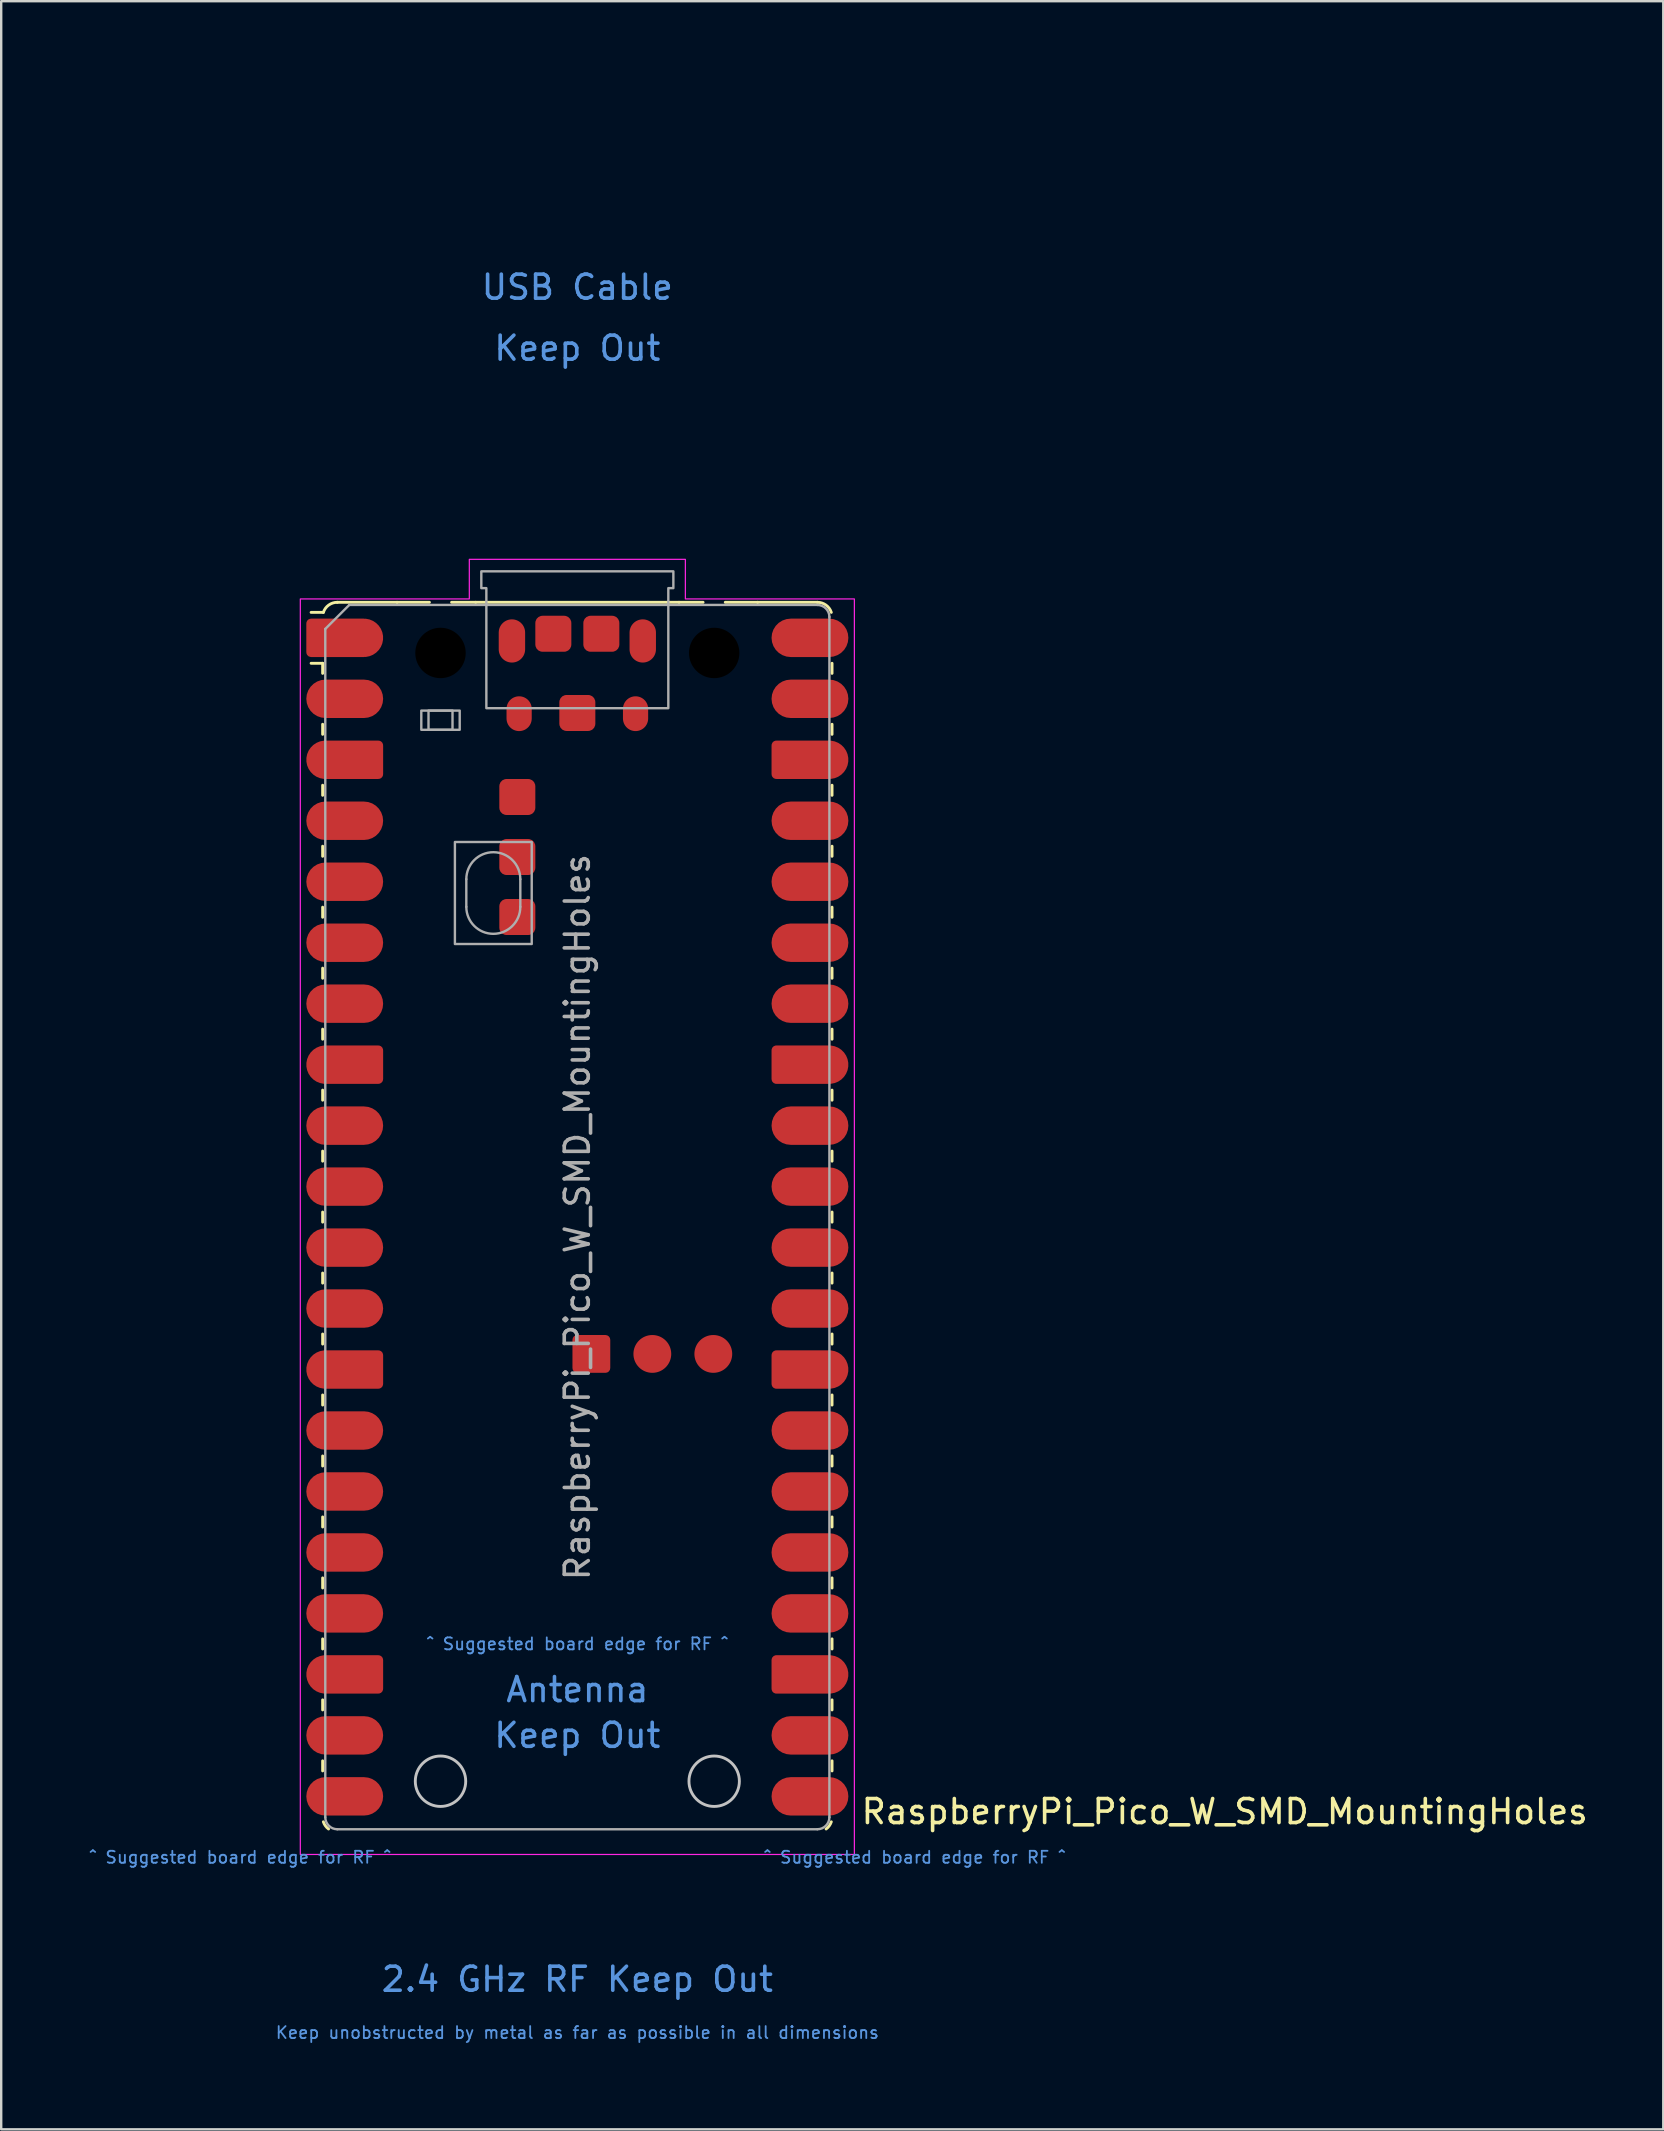
<source format=kicad_pcb>
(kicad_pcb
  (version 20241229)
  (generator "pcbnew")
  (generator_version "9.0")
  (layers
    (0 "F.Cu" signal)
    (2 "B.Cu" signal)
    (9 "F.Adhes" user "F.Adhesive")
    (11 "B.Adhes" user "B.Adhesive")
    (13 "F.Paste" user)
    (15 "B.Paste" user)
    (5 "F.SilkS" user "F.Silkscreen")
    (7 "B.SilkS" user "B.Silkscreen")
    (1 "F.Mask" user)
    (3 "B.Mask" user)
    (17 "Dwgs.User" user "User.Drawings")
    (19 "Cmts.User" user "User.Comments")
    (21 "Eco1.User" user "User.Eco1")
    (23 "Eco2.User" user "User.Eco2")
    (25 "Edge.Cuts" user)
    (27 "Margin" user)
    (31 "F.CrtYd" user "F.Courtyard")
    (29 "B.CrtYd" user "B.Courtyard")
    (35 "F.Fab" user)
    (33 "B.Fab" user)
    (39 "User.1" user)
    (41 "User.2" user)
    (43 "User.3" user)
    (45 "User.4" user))
  (footprint "RaspberryPi_Pico_W_SMD_MountingHoles"
    (layer "F.Cu")
    (at 21 47.65)
    (property "Reference" "RaspberryPi_Pico_W_SMD_MountingHoles" (at 11.748 24.765 0) (unlocked yes) (layer "F.SilkS") (effects (font (size 1 1) (thickness 0.15)) (justify left)))
    (attr smd)
    (fp_line (start -10.61 -23.07) (end -11.09 -23.07) (stroke (width 0.12) (type solid)) (layer "F.SilkS"))
    (fp_line (start -10.61 -23.07) (end -10.61 -22.65) (stroke (width 0.12) (type solid)) (layer "F.SilkS"))
    (fp_line (start -10.61 -20.53) (end -10.61 -20.11) (stroke (width 0.12) (type solid)) (layer "F.SilkS"))
    (fp_line (start -10.61 -17.99) (end -10.61 -17.57) (stroke (width 0.12) (type solid)) (layer "F.SilkS"))
    (fp_line (start -10.61 -15.45) (end -10.61 -15.03) (stroke (width 0.12) (type solid)) (layer "F.SilkS"))
    (fp_line (start -10.61 -12.91) (end -10.61 -12.49) (stroke (width 0.12) (type solid)) (layer "F.SilkS"))
    (fp_line (start -10.61 -10.37) (end -10.61 -9.95) (stroke (width 0.12) (type solid)) (layer "F.SilkS"))
    (fp_line (start -10.61 -7.83) (end -10.61 -7.41) (stroke (width 0.12) (type solid)) (layer "F.SilkS"))
    (fp_line (start -10.61 -5.29) (end -10.61 -4.87) (stroke (width 0.12) (type solid)) (layer "F.SilkS"))
    (fp_line (start -10.61 -2.75) (end -10.61 -2.33) (stroke (width 0.12) (type solid)) (layer "F.SilkS"))
    (fp_line (start -10.61 -0.21) (end -10.61 0.21) (stroke (width 0.12) (type solid)) (layer "F.SilkS"))
    (fp_line (start -10.61 2.33) (end -10.61 2.75) (stroke (width 0.12) (type solid)) (layer "F.SilkS"))
    (fp_line (start -10.61 4.87) (end -10.61 5.29) (stroke (width 0.12) (type solid)) (layer "F.SilkS"))
    (fp_line (start -10.61 7.41) (end -10.61 7.83) (stroke (width 0.12) (type solid)) (layer "F.SilkS"))
    (fp_line (start -10.61 9.95) (end -10.61 10.37) (stroke (width 0.12) (type solid)) (layer "F.SilkS"))
    (fp_line (start -10.61 12.49) (end -10.61 12.91) (stroke (width 0.12) (type solid)) (layer "F.SilkS"))
    (fp_line (start -10.61 15.03) (end -10.61 15.45) (stroke (width 0.12) (type solid)) (layer "F.SilkS"))
    (fp_line (start -10.61 17.57) (end -10.61 17.99) (stroke (width 0.12) (type solid)) (layer "F.SilkS"))
    (fp_line (start -10.61 20.11) (end -10.61 20.53) (stroke (width 0.12) (type solid)) (layer "F.SilkS"))
    (fp_line (start -10.61 22.65) (end -10.61 23.07) (stroke (width 0.12) (type solid)) (layer "F.SilkS"))
    (fp_line (start -10.58 -25.19) (end -11.09 -25.19) (stroke (width 0.12) (type solid)) (layer "F.SilkS"))
    (fp_line (start -10 -25.61) (end -7.51 -25.61) (stroke (width 0.12) (type solid)) (layer "F.SilkS"))
    (fp_line (start -7.51 -25.61) (end -6.162 -25.61) (stroke (width 0.12) (type solid)) (layer "F.SilkS"))
    (fp_line (start -5.238 -25.61) (end -4.235 -25.61) (stroke (width 0.12) (type solid)) (layer "F.SilkS"))
    (fp_line (start -4.235 -25.61) (end 4.235 -25.61) (stroke (width 0.12) (type solid)) (layer "F.SilkS"))
    (fp_line (start 4.235 -25.61) (end 5.238 -25.61) (stroke (width 0.12) (type solid)) (layer "F.SilkS"))
    (fp_line (start 6.162 -25.61) (end 7.51 -25.61) (stroke (width 0.12) (type solid)) (layer "F.SilkS"))
    (fp_line (start 10 -25.61) (end 7.51 -25.61) (stroke (width 0.12) (type solid)) (layer "F.SilkS"))
    (fp_line (start 10.61 -23.07) (end 10.61 -22.65) (stroke (width 0.12) (type solid)) (layer "F.SilkS"))
    (fp_line (start 10.61 -20.53) (end 10.61 -20.11) (stroke (width 0.12) (type solid)) (layer "F.SilkS"))
    (fp_line (start 10.61 -17.99) (end 10.61 -17.57) (stroke (width 0.12) (type solid)) (layer "F.SilkS"))
    (fp_line (start 10.61 -15.45) (end 10.61 -15.03) (stroke (width 0.12) (type solid)) (layer "F.SilkS"))
    (fp_line (start 10.61 -12.91) (end 10.61 -12.49) (stroke (width 0.12) (type solid)) (layer "F.SilkS"))
    (fp_line (start 10.61 -10.37) (end 10.61 -9.95) (stroke (width 0.12) (type solid)) (layer "F.SilkS"))
    (fp_line (start 10.61 -7.83) (end 10.61 -7.41) (stroke (width 0.12) (type solid)) (layer "F.SilkS"))
    (fp_line (start 10.61 -5.29) (end 10.61 -4.87) (stroke (width 0.12) (type solid)) (layer "F.SilkS"))
    (fp_line (start 10.61 -2.75) (end 10.61 -2.33) (stroke (width 0.12) (type solid)) (layer "F.SilkS"))
    (fp_line (start 10.61 -0.21) (end 10.61 0.21) (stroke (width 0.12) (type solid)) (layer "F.SilkS"))
    (fp_line (start 10.61 2.33) (end 10.61 2.75) (stroke (width 0.12) (type solid)) (layer "F.SilkS"))
    (fp_line (start 10.61 4.87) (end 10.61 5.29) (stroke (width 0.12) (type solid)) (layer "F.SilkS"))
    (fp_line (start 10.61 7.41) (end 10.61 7.83) (stroke (width 0.12) (type solid)) (layer "F.SilkS"))
    (fp_line (start 10.61 9.95) (end 10.61 10.37) (stroke (width 0.12) (type solid)) (layer "F.SilkS"))
    (fp_line (start 10.61 12.49) (end 10.61 12.91) (stroke (width 0.12) (type solid)) (layer "F.SilkS"))
    (fp_line (start 10.61 15.03) (end 10.61 15.45) (stroke (width 0.12) (type solid)) (layer "F.SilkS"))
    (fp_line (start 10.61 17.57) (end 10.61 17.99) (stroke (width 0.12) (type solid)) (layer "F.SilkS"))
    (fp_line (start 10.61 20.11) (end 10.61 20.53) (stroke (width 0.12) (type solid)) (layer "F.SilkS"))
    (fp_line (start 10.61 22.65) (end 10.61 23.07) (stroke (width 0.12) (type solid)) (layer "F.SilkS"))
    (fp_arc (start -10.579676 -25.19) (mid -10.357938 -25.493944) (end -10 -25.61) (stroke (width 0.12) (type solid)) (layer "F.SilkS"))
    (fp_arc (start -10.363318 25.49) (mid -10.494791 25.356765) (end -10.579676 25.189937) (stroke (width 0.12) (type solid)) (layer "F.SilkS"))
    (fp_arc (start 10 -25.61) (mid 10.357937 -25.493944) (end 10.579676 -25.189937) (stroke (width 0.12) (type solid)) (layer "F.SilkS"))
    (fp_arc (start 10.579676 25.189937) (mid 10.494813 25.35678) (end 10.363318 25.49) (stroke (width 0.12) (type solid)) (layer "F.SilkS"))
    (fp_circle (center -5.7 23.5) (end -4.65 23.5) (stroke (width 0.12) (type solid)) (fill no) (layer "Dwgs.User"))
    (fp_circle (center 5.7 23.5) (end 6.75 23.5) (stroke (width 0.12) (type solid)) (fill no) (layer "Dwgs.User"))
    (fp_poly (pts (xy -4.5 -27.4) (xy 4.5 -27.4) (xy 4.5 -25.75) (xy 11.54 -25.75) (xy 11.54 26.55) (xy -11.54 26.55) (xy -11.54 -25.75) (xy -4.5 -25.75)) (stroke (width 0.05) (type solid)) (fill no) (layer "F.CrtYd"))
    (fp_line (start -10.5 -24.5) (end -9.5 -25.5) (stroke (width 0.1) (type solid)) (layer "F.Fab"))
    (fp_line (start -10.5 25) (end -10.5 -24.5) (stroke (width 0.1) (type solid)) (layer "F.Fab"))
    (fp_line (start -9.5 -25.5) (end 10 -25.5) (stroke (width 0.1) (type solid)) (layer "F.Fab"))
    (fp_line (start -4.625 -14.075) (end -4.625 -12.925) (stroke (width 0.1) (type solid)) (layer "F.Fab"))
    (fp_line (start -2.375 -14.075) (end -2.375 -12.925) (stroke (width 0.1) (type solid)) (layer "F.Fab"))
    (fp_line (start 10 25.5) (end -10 25.5) (stroke (width 0.1) (type solid)) (layer "F.Fab"))
    (fp_line (start 10.5 -25) (end 10.5 25) (stroke (width 0.1) (type solid)) (layer "F.Fab"))
    (fp_rect (start -6.5 -21.1) (end -4.9 -20.3) (stroke (width 0.1) (type solid)) (fill no) (layer "F.Fab"))
    (fp_rect (start -6.2 -21.1) (end -5.2 -20.3) (stroke (width 0.1) (type solid)) (fill no) (layer "F.Fab"))
    (fp_rect (start -5.1 -15.625) (end -1.9 -11.375) (stroke (width 0.1) (type solid)) (fill no) (layer "F.Fab"))
    (fp_arc (start -10 25.5) (mid -10.353553 25.353553) (end -10.5 25) (stroke (width 0.1) (type solid)) (layer "F.Fab"))
    (fp_arc (start -4.625 -14.075) (mid -3.5 -15.2) (end -2.375 -14.075) (stroke (width 0.1) (type solid)) (layer "F.Fab"))
    (fp_arc (start -2.375 -12.925) (mid -3.5 -11.8) (end -4.625 -12.925) (stroke (width 0.1) (type solid)) (layer "F.Fab"))
    (fp_arc (start 10 -25.5) (mid 10.353553 -25.353553) (end 10.5 -25) (stroke (width 0.1) (type solid)) (layer "F.Fab"))
    (fp_arc (start 10.5 25) (mid 10.353553 25.353553) (end 10 25.5) (stroke (width 0.1) (type solid)) (layer "F.Fab"))
    (fp_poly (pts (xy 3.79 -21.2) (xy 3.79 -26.2) (xy 4 -26.2) (xy 4 -26.9) (xy -4 -26.9) (xy -4 -26.2) (xy -3.79 -26.2) (xy -3.79 -21.2)) (stroke (width 0.1) (type solid)) (fill no) (layer "F.Fab"))
    (fp_text user "^ Suggested board edge for RF ^" (at 14.05 26.67 0) (unlocked yes) (layer "Cmts.User") (effects (font (size 0.5 0.5) (thickness 0.075))))
    (fp_text user "Keep Out" (at 0 21.59 0) (unlocked yes) (layer "Cmts.User") (effects (font (size 1 1) (thickness 0.15))))
    (fp_text user "USB Cable" (at 0 -38.735 0) (unlocked yes) (layer "Cmts.User") (effects (font (size 1 1) (thickness 0.15))))
    (fp_text user "Antenna" (at 0 19.685 0) (unlocked yes) (layer "Cmts.User") (effects (font (size 1 1) (thickness 0.15))))
    (fp_text user "^ Suggested board edge for RF ^" (at -14.05 26.67 0) (unlocked yes) (layer "Cmts.User") (effects (font (size 0.5 0.5) (thickness 0.075))))
    (fp_text user "Keep unobstructed by metal as far as possible in all dimensions" (at 0 33.972 0) (unlocked yes) (layer "Cmts.User") (effects (font (size 0.5 0.5) (thickness 0.075))))
    (fp_text user "Keep Out" (at 0 -36.195 0) (unlocked yes) (layer "Cmts.User") (effects (font (size 1 1) (thickness 0.15))))
    (fp_text user "^ Suggested board edge for RF ^" (at 0 17.78 0) (unlocked yes) (layer "Cmts.User") (effects (font (size 0.5 0.5) (thickness 0.075))))
    (fp_text user "2.4 GHz RF Keep Out" (at 0 31.75 0) (unlocked yes) (layer "Cmts.User") (effects (font (size 1 1) (thickness 0.15))))
    (fp_text user "${REFERENCE}" (at 0 0 90) (layer "F.Fab") (effects (font (size 1 1) (thickness 0.15))))
    (pad "" np_thru_hole circle (at -5.7 -23.5) (size 3.8 3.8) (drill 2.1) (layers "*.Mask"))
    (pad "" smd oval (at -2.725 -24) (size 1.1 1.8) (layers "F.Cu" "F.Mask" "F.Paste"))
    (pad "" smd oval (at -2.425 -20.97) (size 1.05 1.45) (layers "F.Cu" "F.Mask" "F.Paste"))
    (pad "" smd oval (at 2.425 -20.97) (size 1.05 1.45) (layers "F.Cu" "F.Mask" "F.Paste"))
    (pad "" smd oval (at 2.725 -24) (size 1.1 1.8) (layers "F.Cu" "F.Mask" "F.Paste"))
    (pad "" np_thru_hole circle (at 5.7 -23.5) (size 3.8 3.8) (drill 2.1) (layers "*.Mask"))
    (pad "1" smd custom (at -8.89 -24.13) (size 1.6 1.6) (layers "F.Cu" "F.Mask" "F.Paste") (options (anchor circle)) (primitives (gr_poly (pts (xy -2.4 0.6) (xy -2.4 -0.6) (xy -2.2 -0.8) (xy 0 -0.8) (xy 0 0.8) (xy -2.2 0.8)) (width 0) (fill yes)) (gr_circle (center -2.2 0.6) (end -2 0.6) (width 0) (fill yes)) (gr_circle (center -2.2 -0.6) (end -2 -0.6) (width 0) (fill yes))))
    (pad "2" smd roundrect (at -8.89 -21.59) (size 3.2 1.6) (drill (offset -0.8 0)) (layers "F.Cu" "F.Mask" "F.Paste") (roundrect_rratio 0.5))
    (pad "3" smd custom (at -8.89 -19.05) (size 1.6 1.6) (layers "F.Cu" "F.Mask" "F.Paste") (options (anchor circle)) (primitives (gr_poly (pts (xy 0.8 -0.6) (xy 0.8 0.6) (xy 0.6 0.8) (xy -1.6 0.8) (xy -1.6 -0.8) (xy 0.6 -0.8)) (width 0) (fill yes)) (gr_circle (center 0.6 0.6) (end 0.8 0.6) (width 0) (fill yes)) (gr_circle (center 0.6 -0.6) (end 0.8 -0.6) (width 0) (fill yes)) (gr_circle (center -1.6 0) (end -0.8 0) (width 0) (fill yes))))
    (pad "4" smd roundrect (at -8.89 -16.51) (size 3.2 1.6) (drill (offset -0.8 0)) (layers "F.Cu" "F.Mask" "F.Paste") (roundrect_rratio 0.5))
    (pad "5" smd roundrect (at -8.89 -13.97) (size 3.2 1.6) (drill (offset -0.8 0)) (layers "F.Cu" "F.Mask" "F.Paste") (roundrect_rratio 0.5))
    (pad "6" smd roundrect (at -8.89 -11.43) (size 3.2 1.6) (drill (offset -0.8 0)) (layers "F.Cu" "F.Mask" "F.Paste") (roundrect_rratio 0.5))
    (pad "7" smd roundrect (at -8.89 -8.89) (size 3.2 1.6) (drill (offset -0.8 0)) (layers "F.Cu" "F.Mask" "F.Paste") (roundrect_rratio 0.5))
    (pad "8" smd custom (at -8.89 -6.35) (size 1.6 1.6) (layers "F.Cu" "F.Mask" "F.Paste") (options (anchor circle)) (primitives (gr_poly (pts (xy 0.8 -0.6) (xy 0.8 0.6) (xy 0.6 0.8) (xy -1.6 0.8) (xy -1.6 -0.8) (xy 0.6 -0.8)) (width 0) (fill yes)) (gr_circle (center 0.6 0.6) (end 0.8 0.6) (width 0) (fill yes)) (gr_circle (center 0.6 -0.6) (end 0.8 -0.6) (width 0) (fill yes)) (gr_circle (center -1.6 0) (end -0.8 0) (width 0) (fill yes))))
    (pad "9" smd roundrect (at -8.89 -3.81) (size 3.2 1.6) (drill (offset -0.8 0)) (layers "F.Cu" "F.Mask" "F.Paste") (roundrect_rratio 0.5))
    (pad "10" smd roundrect (at -8.89 -1.27) (size 3.2 1.6) (drill (offset -0.8 0)) (layers "F.Cu" "F.Mask" "F.Paste") (roundrect_rratio 0.5))
    (pad "11" smd roundrect (at -8.89 1.27) (size 3.2 1.6) (drill (offset -0.8 0)) (layers "F.Cu" "F.Mask" "F.Paste") (roundrect_rratio 0.5))
    (pad "12" smd roundrect (at -8.89 3.81) (size 3.2 1.6) (drill (offset -0.8 0)) (layers "F.Cu" "F.Mask" "F.Paste") (roundrect_rratio 0.5))
    (pad "13" smd custom (at -8.89 6.35) (size 1.6 1.6) (layers "F.Cu" "F.Mask" "F.Paste") (options (anchor circle)) (primitives (gr_poly (pts (xy 0.8 -0.6) (xy 0.8 0.6) (xy 0.6 0.8) (xy -1.6 0.8) (xy -1.6 -0.8) (xy 0.6 -0.8)) (width 0) (fill yes)) (gr_circle (center 0.6 0.6) (end 0.8 0.6) (width 0) (fill yes)) (gr_circle (center 0.6 -0.6) (end 0.8 -0.6) (width 0) (fill yes)) (gr_circle (center -1.6 0) (end -0.8 0) (width 0) (fill yes))))
    (pad "14" smd roundrect (at -8.89 8.89) (size 3.2 1.6) (drill (offset -0.8 0)) (layers "F.Cu" "F.Mask" "F.Paste") (roundrect_rratio 0.5))
    (pad "15" smd roundrect (at -8.89 11.43) (size 3.2 1.6) (drill (offset -0.8 0)) (layers "F.Cu" "F.Mask" "F.Paste") (roundrect_rratio 0.5))
    (pad "16" smd roundrect (at -8.89 13.97) (size 3.2 1.6) (drill (offset -0.8 0)) (layers "F.Cu" "F.Mask" "F.Paste") (roundrect_rratio 0.5))
    (pad "17" smd roundrect (at -8.89 16.51) (size 3.2 1.6) (drill (offset -0.8 0)) (layers "F.Cu" "F.Mask" "F.Paste") (roundrect_rratio 0.5))
    (pad "18" smd custom (at -8.89 19.05) (size 1.6 1.6) (layers "F.Cu" "F.Mask" "F.Paste") (options (anchor circle)) (primitives (gr_poly (pts (xy 0.8 -0.6) (xy 0.8 0.6) (xy 0.6 0.8) (xy -1.6 0.8) (xy -1.6 -0.8) (xy 0.6 -0.8)) (width 0) (fill yes)) (gr_circle (center 0.6 0.6) (end 0.8 0.6) (width 0) (fill yes)) (gr_circle (center 0.6 -0.6) (end 0.8 -0.6) (width 0) (fill yes)) (gr_circle (center -1.6 0) (end -0.8 0) (width 0) (fill yes))))
    (pad "19" smd roundrect (at -8.89 21.59) (size 3.2 1.6) (drill (offset -0.8 0)) (layers "F.Cu" "F.Mask" "F.Paste") (roundrect_rratio 0.5))
    (pad "20" smd roundrect (at -8.89 24.13) (size 3.2 1.6) (drill (offset -0.8 0)) (layers "F.Cu" "F.Mask" "F.Paste") (roundrect_rratio 0.5))
    (pad "21" smd roundrect (at 8.89 24.13) (size 3.2 1.6) (drill (offset 0.8 0)) (layers "F.Cu" "F.Mask" "F.Paste") (roundrect_rratio 0.5))
    (pad "22" smd roundrect (at 8.89 21.59) (size 3.2 1.6) (drill (offset 0.8 0)) (layers "F.Cu" "F.Mask" "F.Paste") (roundrect_rratio 0.5))
    (pad "23" smd custom (at 8.89 19.05) (size 1.6 1.6) (layers "F.Cu" "F.Mask" "F.Paste") (options (anchor circle)) (primitives (gr_poly (pts (xy -0.8 -0.6) (xy -0.8 0.6) (xy -0.6 0.8) (xy 1.6 0.8) (xy 1.6 -0.8) (xy -0.6 -0.8)) (width 0) (fill yes)) (gr_circle (center -0.6 0.6) (end -0.4 0.6) (width 0) (fill yes)) (gr_circle (center -0.6 -0.6) (end -0.4 -0.6) (width 0) (fill yes)) (gr_circle (center 1.6 0) (end 2.4 0) (width 0) (fill yes))))
    (pad "24" smd roundrect (at 8.89 16.51) (size 3.2 1.6) (drill (offset 0.8 0)) (layers "F.Cu" "F.Mask" "F.Paste") (roundrect_rratio 0.5))
    (pad "25" smd roundrect (at 8.89 13.97) (size 3.2 1.6) (drill (offset 0.8 0)) (layers "F.Cu" "F.Mask" "F.Paste") (roundrect_rratio 0.5))
    (pad "26" smd roundrect (at 8.89 11.43) (size 3.2 1.6) (drill (offset 0.8 0)) (layers "F.Cu" "F.Mask" "F.Paste") (roundrect_rratio 0.5))
    (pad "27" smd roundrect (at 8.89 8.89) (size 3.2 1.6) (drill (offset 0.8 0)) (layers "F.Cu" "F.Mask" "F.Paste") (roundrect_rratio 0.5))
    (pad "28" smd custom (at 8.89 6.35) (size 1.6 1.6) (layers "F.Cu" "F.Mask" "F.Paste") (options (anchor circle)) (primitives (gr_poly (pts (xy -0.8 -0.6) (xy -0.8 0.6) (xy -0.6 0.8) (xy 1.6 0.8) (xy 1.6 -0.8) (xy -0.6 -0.8)) (width 0) (fill yes)) (gr_circle (center -0.6 0.6) (end -0.4 0.6) (width 0) (fill yes)) (gr_circle (center -0.6 -0.6) (end -0.4 -0.6) (width 0) (fill yes)) (gr_circle (center 1.6 0) (end 2.4 0) (width 0) (fill yes))))
    (pad "29" smd roundrect (at 8.89 3.81) (size 3.2 1.6) (drill (offset 0.8 0)) (layers "F.Cu" "F.Mask" "F.Paste") (roundrect_rratio 0.5))
    (pad "30" smd roundrect (at 8.89 1.27) (size 3.2 1.6) (drill (offset 0.8 0)) (layers "F.Cu" "F.Mask" "F.Paste") (roundrect_rratio 0.5))
    (pad "31" smd roundrect (at 8.89 -1.27) (size 3.2 1.6) (drill (offset 0.8 0)) (layers "F.Cu" "F.Mask" "F.Paste") (roundrect_rratio 0.5))
    (pad "32" smd roundrect (at 8.89 -3.81) (size 3.2 1.6) (drill (offset 0.8 0)) (layers "F.Cu" "F.Mask" "F.Paste") (roundrect_rratio 0.5))
    (pad "33" smd custom (at 8.89 -6.35) (size 1.6 1.6) (layers "F.Cu" "F.Mask" "F.Paste") (options (anchor circle)) (primitives (gr_poly (pts (xy -0.8 -0.6) (xy -0.8 0.6) (xy -0.6 0.8) (xy 1.6 0.8) (xy 1.6 -0.8) (xy -0.6 -0.8)) (width 0) (fill yes)) (gr_circle (center -0.6 0.6) (end -0.4 0.6) (width 0) (fill yes)) (gr_circle (center -0.6 -0.6) (end -0.4 -0.6) (width 0) (fill yes)) (gr_circle (center 1.6 0) (end 2.4 0) (width 0) (fill yes))))
    (pad "34" smd roundrect (at 8.89 -8.89) (size 3.2 1.6) (drill (offset 0.8 0)) (layers "F.Cu" "F.Mask" "F.Paste") (roundrect_rratio 0.5))
    (pad "35" smd roundrect (at 8.89 -11.43) (size 3.2 1.6) (drill (offset 0.8 0)) (layers "F.Cu" "F.Mask" "F.Paste") (roundrect_rratio 0.5))
    (pad "36" smd roundrect (at 8.89 -13.97) (size 3.2 1.6) (drill (offset 0.8 0)) (layers "F.Cu" "F.Mask" "F.Paste") (roundrect_rratio 0.5))
    (pad "37" smd roundrect (at 8.89 -16.51) (size 3.2 1.6) (drill (offset 0.8 0)) (layers "F.Cu" "F.Mask" "F.Paste") (roundrect_rratio 0.5))
    (pad "38" smd custom (at 8.89 -19.05) (size 1.6 1.6) (layers "F.Cu" "F.Mask" "F.Paste") (options (anchor circle)) (primitives (gr_poly (pts (xy -0.8 -0.6) (xy -0.8 0.6) (xy -0.6 0.8) (xy 1.6 0.8) (xy 1.6 -0.8) (xy -0.6 -0.8)) (width 0) (fill yes)) (gr_circle (center -0.6 0.6) (end -0.4 0.6) (width 0) (fill yes)) (gr_circle (center -0.6 -0.6) (end -0.4 -0.6) (width 0) (fill yes)) (gr_circle (center 1.6 0) (end 2.4 0) (width 0) (fill yes))))
    (pad "39" smd roundrect (at 8.89 -21.59) (size 3.2 1.6) (drill (offset 0.8 0)) (layers "F.Cu" "F.Mask" "F.Paste") (roundrect_rratio 0.5))
    (pad "40" smd roundrect (at 8.89 -24.13) (size 3.2 1.6) (drill (offset 0.8 0)) (layers "F.Cu" "F.Mask" "F.Paste") (roundrect_rratio 0.5))
    (pad "D1" smd roundrect (at 0.584 5.7) (size 1.575 1.575) (layers "F.Cu" "F.Mask" "F.Paste") (roundrect_rratio 0.127))
    (pad "D2" smd circle (at 3.124 5.7) (size 1.575 1.575) (layers "F.Cu" "F.Mask" "F.Paste"))
    (pad "D3" smd circle (at 5.664 5.7) (size 1.575 1.575) (layers "F.Cu" "F.Mask" "F.Paste"))
    (pad "TP1" smd roundrect (at 0 -21) (size 1.5 1.5) (layers "F.Cu" "F.Mask" "F.Paste") (roundrect_rratio 0.2))
    (pad "TP2" smd roundrect (at 1 -24.3) (size 1.5 1.5) (layers "F.Cu" "F.Mask" "F.Paste") (roundrect_rratio 0.2))
    (pad "TP3" smd roundrect (at -1 -24.3) (size 1.5 1.5) (layers "F.Cu" "F.Mask" "F.Paste") (roundrect_rratio 0.2))
    (pad "TP4" smd roundrect (at -2.5 -17.5) (size 1.5 1.5) (layers "F.Cu" "F.Mask" "F.Paste") (roundrect_rratio 0.2))
    (pad "TP5" smd roundrect (at -2.5 -15) (size 1.5 1.5) (layers "F.Cu" "F.Mask" "F.Paste") (roundrect_rratio 0.2))
    (pad "TP6" smd roundrect (at -2.5 -12.5) (size 1.5 1.5) (layers "F.Cu" "F.Mask" "F.Paste") (roundrect_rratio 0.2))
    (zone (net_name "") (layers "F.Cu" "B.Cu" "F.Paste" "B.Paste") (name "RF Copper Keep Out") (hatch full 0.5) (connect_pads) (min_thickness 0.254) (filled_areas_thickness no) (keepout (tracks not_allowed) (vias not_allowed) (pads not_allowed) (copperpour not_allowed) (footprints not_allowed)) (placement (enabled no)) (fill) (polygon (pts (xy 0 72.65) (xy 42 72.65) (xy 42 82.65) (xy 0 82.65))))
    (zone (net_name "") (layers "F.Cu" "B.Cu" "F.Paste" "B.Paste") (name "Antenna Copper Keep Out") (hatch full 0.5) (connect_pads) (min_thickness 0.254) (filled_areas_thickness no) (keepout (tracks not_allowed) (vias not_allowed) (pads not_allowed) (copperpour not_allowed) (footprints not_allowed)) (placement (enabled no)) (fill) (polygon (pts (xy 18.6 72.64) (xy 13.9 68.99) (xy 13.9 64.65) (xy 28.1 64.65) (xy 28.1 68.99) (xy 23.4 72.64) (xy 23.4 72.65) (xy 18.6 72.65))))
    (zone (net_name "") (layer "Edge.Cuts") (name "Board Keep Out USB Cable") (hatch edge 0.5) (connect_pads) (min_thickness 0.254) (filled_areas_thickness no) (keepout (tracks allowed) (vias allowed) (pads allowed) (copperpour allowed) (footprints allowed)) (placement (enabled no)) (fill) (polygon (pts (xy 14.8 0) (xy 27.2 0) (xy 27.2 20.4) (xy 14.8 20.4))))
    (zone (net_name "") (layer "Edge.Cuts") (name "Board Keep Out Suggestion RF") (hatch edge 0.5) (connect_pads) (min_thickness 0.254) (filled_areas_thickness no) (keepout (tracks allowed) (vias allowed) (pads allowed) (copperpour allowed) (footprints allowed)) (placement (enabled no)) (fill) (polygon (pts (xy 28.1 73.65) (xy 42 73.65) (xy 42 82.65) (xy 0 82.65) (xy 0 73.65) (xy 13.9 73.65) (xy 13.9 64.65) (xy 28.1 64.65))))
    (zone (net_name "") (layer "F.CrtYd") (name "USB Cable Keep Out") (hatch full 0.5) (connect_pads) (min_thickness 0.254) (filled_areas_thickness no) (keepout (tracks allowed) (vias allowed) (pads allowed) (copperpour allowed) (footprints not_allowed)) (placement (enabled no)) (fill) (polygon (pts (xy 15.25 19.95) (xy 17.06 19.95) (xy 17.06 20.25) (xy 24.94 20.25) (xy 24.94 19.95) (xy 26.75 19.95) (xy 26.75 0.45) (xy 15.25 0.45)))))
  (gr_rect
    (start -3 -3)
    (end 66.236 85.65)
    (stroke (width 0.1) (type default))
    (fill no)
    (layer "Edge.Cuts")))
</source>
